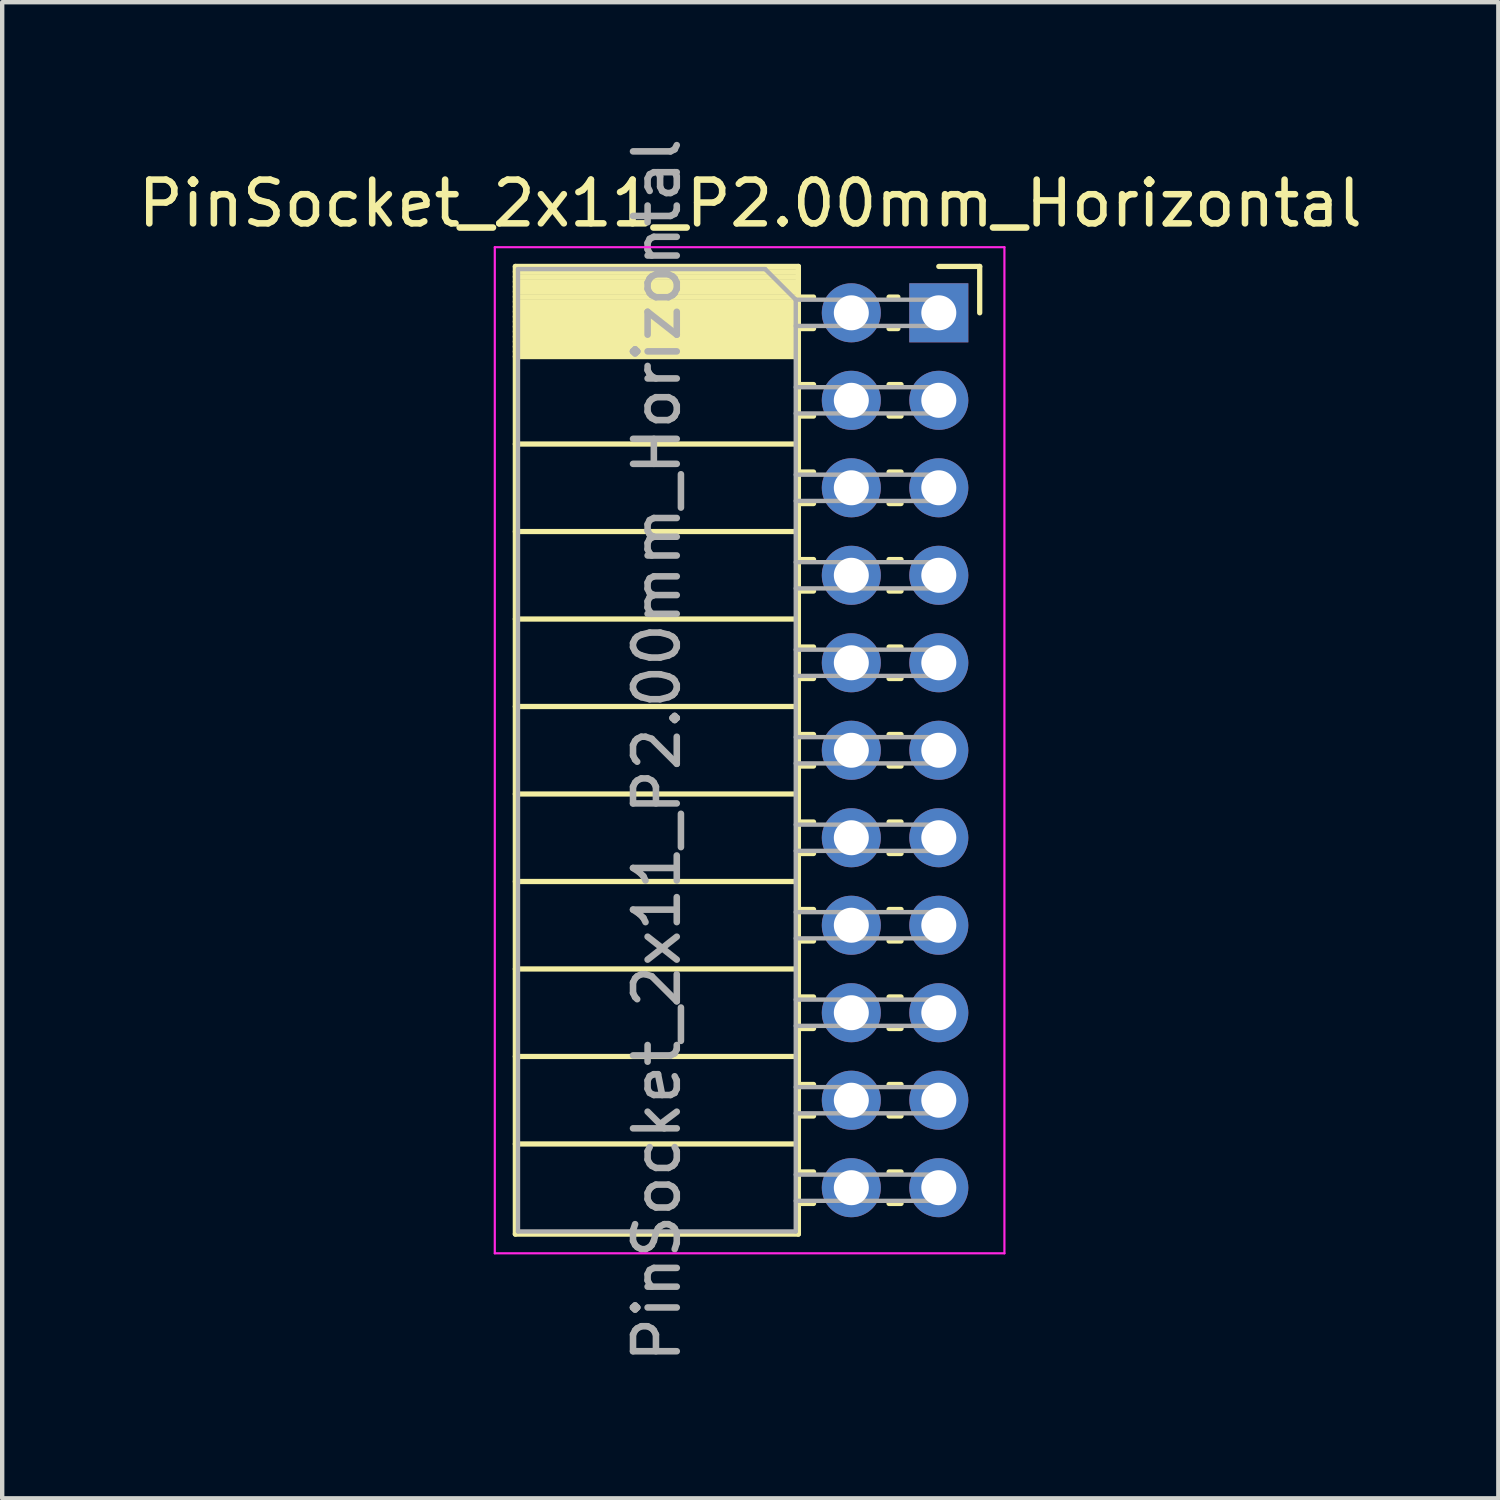
<source format=kicad_pcb>
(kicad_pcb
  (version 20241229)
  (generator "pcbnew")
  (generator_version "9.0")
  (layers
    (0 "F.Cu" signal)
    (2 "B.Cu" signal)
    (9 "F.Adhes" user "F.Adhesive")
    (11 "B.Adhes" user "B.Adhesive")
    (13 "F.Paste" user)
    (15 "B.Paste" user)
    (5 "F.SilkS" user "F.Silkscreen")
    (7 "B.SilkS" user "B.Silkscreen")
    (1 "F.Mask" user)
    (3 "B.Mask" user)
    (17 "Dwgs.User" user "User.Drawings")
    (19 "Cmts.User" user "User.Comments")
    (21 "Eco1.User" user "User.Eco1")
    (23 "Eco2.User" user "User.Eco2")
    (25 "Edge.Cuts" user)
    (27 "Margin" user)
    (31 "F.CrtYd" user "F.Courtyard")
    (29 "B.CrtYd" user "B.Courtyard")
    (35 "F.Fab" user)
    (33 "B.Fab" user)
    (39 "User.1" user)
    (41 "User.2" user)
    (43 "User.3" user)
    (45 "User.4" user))
  (footprint "PinSocket_2x11_P2.00mm_Horizontal"
    (layer "F.Cu")
    (at 18.411 4.101)
    (property "Reference" "PinSocket_2x11_P2.00mm_Horizontal" (at -4.31 -2.5 0) (layer "F.SilkS") (effects (font (size 1 1) (thickness 0.15))))
    (attr through_hole)
    (fp_line (start -9.68 -1.06) (end -9.68 21.06) (stroke (width 0.12) (type solid)) (layer "F.SilkS"))
    (fp_line (start -9.68 -1.06) (end -3.21 -1.06) (stroke (width 0.12) (type solid)) (layer "F.SilkS"))
    (fp_line (start -9.68 -0.94) (end -3.21 -0.94) (stroke (width 0.12) (type solid)) (layer "F.SilkS"))
    (fp_line (start -9.68 -0.826) (end -3.21 -0.826) (stroke (width 0.12) (type solid)) (layer "F.SilkS"))
    (fp_line (start -9.68 -0.712) (end -3.21 -0.712) (stroke (width 0.12) (type solid)) (layer "F.SilkS"))
    (fp_line (start -9.68 -0.598) (end -3.21 -0.598) (stroke (width 0.12) (type solid)) (layer "F.SilkS"))
    (fp_line (start -9.68 -0.484) (end -3.21 -0.484) (stroke (width 0.12) (type solid)) (layer "F.SilkS"))
    (fp_line (start -9.68 -0.369) (end -3.21 -0.369) (stroke (width 0.12) (type solid)) (layer "F.SilkS"))
    (fp_line (start -9.68 -0.255) (end -3.21 -0.255) (stroke (width 0.12) (type solid)) (layer "F.SilkS"))
    (fp_line (start -9.68 -0.141) (end -3.21 -0.141) (stroke (width 0.12) (type solid)) (layer "F.SilkS"))
    (fp_line (start -9.68 -0.027) (end -3.21 -0.027) (stroke (width 0.12) (type solid)) (layer "F.SilkS"))
    (fp_line (start -9.68 0.087) (end -3.21 0.087) (stroke (width 0.12) (type solid)) (layer "F.SilkS"))
    (fp_line (start -9.68 0.201) (end -3.21 0.201) (stroke (width 0.12) (type solid)) (layer "F.SilkS"))
    (fp_line (start -9.68 0.315) (end -3.21 0.315) (stroke (width 0.12) (type solid)) (layer "F.SilkS"))
    (fp_line (start -9.68 0.429) (end -3.21 0.429) (stroke (width 0.12) (type solid)) (layer "F.SilkS"))
    (fp_line (start -9.68 0.544) (end -3.21 0.544) (stroke (width 0.12) (type solid)) (layer "F.SilkS"))
    (fp_line (start -9.68 0.658) (end -3.21 0.658) (stroke (width 0.12) (type solid)) (layer "F.SilkS"))
    (fp_line (start -9.68 0.772) (end -3.21 0.772) (stroke (width 0.12) (type solid)) (layer "F.SilkS"))
    (fp_line (start -9.68 0.886) (end -3.21 0.886) (stroke (width 0.12) (type solid)) (layer "F.SilkS"))
    (fp_line (start -9.68 1) (end -3.21 1) (stroke (width 0.12) (type solid)) (layer "F.SilkS"))
    (fp_line (start -9.68 3) (end -3.21 3) (stroke (width 0.12) (type solid)) (layer "F.SilkS"))
    (fp_line (start -9.68 5) (end -3.21 5) (stroke (width 0.12) (type solid)) (layer "F.SilkS"))
    (fp_line (start -9.68 7) (end -3.21 7) (stroke (width 0.12) (type solid)) (layer "F.SilkS"))
    (fp_line (start -9.68 9) (end -3.21 9) (stroke (width 0.12) (type solid)) (layer "F.SilkS"))
    (fp_line (start -9.68 11) (end -3.21 11) (stroke (width 0.12) (type solid)) (layer "F.SilkS"))
    (fp_line (start -9.68 13) (end -3.21 13) (stroke (width 0.12) (type solid)) (layer "F.SilkS"))
    (fp_line (start -9.68 15) (end -3.21 15) (stroke (width 0.12) (type solid)) (layer "F.SilkS"))
    (fp_line (start -9.68 17) (end -3.21 17) (stroke (width 0.12) (type solid)) (layer "F.SilkS"))
    (fp_line (start -9.68 19) (end -3.21 19) (stroke (width 0.12) (type solid)) (layer "F.SilkS"))
    (fp_line (start -9.68 21.06) (end -3.21 21.06) (stroke (width 0.12) (type solid)) (layer "F.SilkS"))
    (fp_line (start -3.21 -1.06) (end -3.21 21.06) (stroke (width 0.12) (type solid)) (layer "F.SilkS"))
    (fp_line (start -3.21 -0.36) (end -2.863 -0.36) (stroke (width 0.12) (type solid)) (layer "F.SilkS"))
    (fp_line (start -3.21 0.36) (end -2.863 0.36) (stroke (width 0.12) (type solid)) (layer "F.SilkS"))
    (fp_line (start -3.21 1.64) (end -2.863 1.64) (stroke (width 0.12) (type solid)) (layer "F.SilkS"))
    (fp_line (start -3.21 2.36) (end -2.863 2.36) (stroke (width 0.12) (type solid)) (layer "F.SilkS"))
    (fp_line (start -3.21 3.64) (end -2.863 3.64) (stroke (width 0.12) (type solid)) (layer "F.SilkS"))
    (fp_line (start -3.21 4.36) (end -2.863 4.36) (stroke (width 0.12) (type solid)) (layer "F.SilkS"))
    (fp_line (start -3.21 5.64) (end -2.863 5.64) (stroke (width 0.12) (type solid)) (layer "F.SilkS"))
    (fp_line (start -3.21 6.36) (end -2.863 6.36) (stroke (width 0.12) (type solid)) (layer "F.SilkS"))
    (fp_line (start -3.21 7.64) (end -2.863 7.64) (stroke (width 0.12) (type solid)) (layer "F.SilkS"))
    (fp_line (start -3.21 8.36) (end -2.863 8.36) (stroke (width 0.12) (type solid)) (layer "F.SilkS"))
    (fp_line (start -3.21 9.64) (end -2.863 9.64) (stroke (width 0.12) (type solid)) (layer "F.SilkS"))
    (fp_line (start -3.21 10.36) (end -2.863 10.36) (stroke (width 0.12) (type solid)) (layer "F.SilkS"))
    (fp_line (start -3.21 11.64) (end -2.863 11.64) (stroke (width 0.12) (type solid)) (layer "F.SilkS"))
    (fp_line (start -3.21 12.36) (end -2.863 12.36) (stroke (width 0.12) (type solid)) (layer "F.SilkS"))
    (fp_line (start -3.21 13.64) (end -2.863 13.64) (stroke (width 0.12) (type solid)) (layer "F.SilkS"))
    (fp_line (start -3.21 14.36) (end -2.863 14.36) (stroke (width 0.12) (type solid)) (layer "F.SilkS"))
    (fp_line (start -3.21 15.64) (end -2.863 15.64) (stroke (width 0.12) (type solid)) (layer "F.SilkS"))
    (fp_line (start -3.21 16.36) (end -2.863 16.36) (stroke (width 0.12) (type solid)) (layer "F.SilkS"))
    (fp_line (start -3.21 17.64) (end -2.863 17.64) (stroke (width 0.12) (type solid)) (layer "F.SilkS"))
    (fp_line (start -3.21 18.36) (end -2.863 18.36) (stroke (width 0.12) (type solid)) (layer "F.SilkS"))
    (fp_line (start -3.21 19.64) (end -2.863 19.64) (stroke (width 0.12) (type solid)) (layer "F.SilkS"))
    (fp_line (start -3.21 20.36) (end -2.863 20.36) (stroke (width 0.12) (type solid)) (layer "F.SilkS"))
    (fp_line (start -1.137 -0.36) (end -0.935 -0.36) (stroke (width 0.12) (type solid)) (layer "F.SilkS"))
    (fp_line (start -1.137 0.36) (end -0.935 0.36) (stroke (width 0.12) (type solid)) (layer "F.SilkS"))
    (fp_line (start -1.137 1.64) (end -0.863 1.64) (stroke (width 0.12) (type solid)) (layer "F.SilkS"))
    (fp_line (start -1.137 2.36) (end -0.863 2.36) (stroke (width 0.12) (type solid)) (layer "F.SilkS"))
    (fp_line (start -1.137 3.64) (end -0.863 3.64) (stroke (width 0.12) (type solid)) (layer "F.SilkS"))
    (fp_line (start -1.137 4.36) (end -0.863 4.36) (stroke (width 0.12) (type solid)) (layer "F.SilkS"))
    (fp_line (start -1.137 5.64) (end -0.863 5.64) (stroke (width 0.12) (type solid)) (layer "F.SilkS"))
    (fp_line (start -1.137 6.36) (end -0.863 6.36) (stroke (width 0.12) (type solid)) (layer "F.SilkS"))
    (fp_line (start -1.137 7.64) (end -0.863 7.64) (stroke (width 0.12) (type solid)) (layer "F.SilkS"))
    (fp_line (start -1.137 8.36) (end -0.863 8.36) (stroke (width 0.12) (type solid)) (layer "F.SilkS"))
    (fp_line (start -1.137 9.64) (end -0.863 9.64) (stroke (width 0.12) (type solid)) (layer "F.SilkS"))
    (fp_line (start -1.137 10.36) (end -0.863 10.36) (stroke (width 0.12) (type solid)) (layer "F.SilkS"))
    (fp_line (start -1.137 11.64) (end -0.863 11.64) (stroke (width 0.12) (type solid)) (layer "F.SilkS"))
    (fp_line (start -1.137 12.36) (end -0.863 12.36) (stroke (width 0.12) (type solid)) (layer "F.SilkS"))
    (fp_line (start -1.137 13.64) (end -0.863 13.64) (stroke (width 0.12) (type solid)) (layer "F.SilkS"))
    (fp_line (start -1.137 14.36) (end -0.863 14.36) (stroke (width 0.12) (type solid)) (layer "F.SilkS"))
    (fp_line (start -1.137 15.64) (end -0.863 15.64) (stroke (width 0.12) (type solid)) (layer "F.SilkS"))
    (fp_line (start -1.137 16.36) (end -0.863 16.36) (stroke (width 0.12) (type solid)) (layer "F.SilkS"))
    (fp_line (start -1.137 17.64) (end -0.863 17.64) (stroke (width 0.12) (type solid)) (layer "F.SilkS"))
    (fp_line (start -1.137 18.36) (end -0.863 18.36) (stroke (width 0.12) (type solid)) (layer "F.SilkS"))
    (fp_line (start -1.137 19.64) (end -0.863 19.64) (stroke (width 0.12) (type solid)) (layer "F.SilkS"))
    (fp_line (start -1.137 20.36) (end -0.863 20.36) (stroke (width 0.12) (type solid)) (layer "F.SilkS"))
    (fp_line (start 0 -1.06) (end 0.935 -1.06) (stroke (width 0.12) (type solid)) (layer "F.SilkS"))
    (fp_line (start 0.935 -1.06) (end 0.935 0) (stroke (width 0.12) (type solid)) (layer "F.SilkS"))
    (fp_line (start -10.15 -1.5) (end -10.15 21.5) (stroke (width 0.05) (type solid)) (layer "F.CrtYd"))
    (fp_line (start -10.15 21.5) (end 1.5 21.5) (stroke (width 0.05) (type solid)) (layer "F.CrtYd"))
    (fp_line (start 1.5 -1.5) (end -10.15 -1.5) (stroke (width 0.05) (type solid)) (layer "F.CrtYd"))
    (fp_line (start 1.5 21.5) (end 1.5 -1.5) (stroke (width 0.05) (type solid)) (layer "F.CrtYd"))
    (fp_line (start -9.62 -1) (end -3.97 -1) (stroke (width 0.1) (type solid)) (layer "F.Fab"))
    (fp_line (start -9.62 21) (end -9.62 -1) (stroke (width 0.1) (type solid)) (layer "F.Fab"))
    (fp_line (start -3.97 -1) (end -3.27 -0.3) (stroke (width 0.1) (type solid)) (layer "F.Fab"))
    (fp_line (start -3.27 -0.3) (end -3.27 21) (stroke (width 0.1) (type solid)) (layer "F.Fab"))
    (fp_line (start -3.27 0.3) (end 0 0.3) (stroke (width 0.1) (type solid)) (layer "F.Fab"))
    (fp_line (start -3.27 2.3) (end 0 2.3) (stroke (width 0.1) (type solid)) (layer "F.Fab"))
    (fp_line (start -3.27 4.3) (end 0 4.3) (stroke (width 0.1) (type solid)) (layer "F.Fab"))
    (fp_line (start -3.27 6.3) (end 0 6.3) (stroke (width 0.1) (type solid)) (layer "F.Fab"))
    (fp_line (start -3.27 8.3) (end 0 8.3) (stroke (width 0.1) (type solid)) (layer "F.Fab"))
    (fp_line (start -3.27 10.3) (end 0 10.3) (stroke (width 0.1) (type solid)) (layer "F.Fab"))
    (fp_line (start -3.27 12.3) (end 0 12.3) (stroke (width 0.1) (type solid)) (layer "F.Fab"))
    (fp_line (start -3.27 14.3) (end 0 14.3) (stroke (width 0.1) (type solid)) (layer "F.Fab"))
    (fp_line (start -3.27 16.3) (end 0 16.3) (stroke (width 0.1) (type solid)) (layer "F.Fab"))
    (fp_line (start -3.27 18.3) (end 0 18.3) (stroke (width 0.1) (type solid)) (layer "F.Fab"))
    (fp_line (start -3.27 20.3) (end 0 20.3) (stroke (width 0.1) (type solid)) (layer "F.Fab"))
    (fp_line (start -3.27 21) (end -9.62 21) (stroke (width 0.1) (type solid)) (layer "F.Fab"))
    (fp_line (start 0 -0.3) (end -3.27 -0.3) (stroke (width 0.1) (type solid)) (layer "F.Fab"))
    (fp_line (start 0 0.3) (end 0 -0.3) (stroke (width 0.1) (type solid)) (layer "F.Fab"))
    (fp_line (start 0 1.7) (end -3.27 1.7) (stroke (width 0.1) (type solid)) (layer "F.Fab"))
    (fp_line (start 0 2.3) (end 0 1.7) (stroke (width 0.1) (type solid)) (layer "F.Fab"))
    (fp_line (start 0 3.7) (end -3.27 3.7) (stroke (width 0.1) (type solid)) (layer "F.Fab"))
    (fp_line (start 0 4.3) (end 0 3.7) (stroke (width 0.1) (type solid)) (layer "F.Fab"))
    (fp_line (start 0 5.7) (end -3.27 5.7) (stroke (width 0.1) (type solid)) (layer "F.Fab"))
    (fp_line (start 0 6.3) (end 0 5.7) (stroke (width 0.1) (type solid)) (layer "F.Fab"))
    (fp_line (start 0 7.7) (end -3.27 7.7) (stroke (width 0.1) (type solid)) (layer "F.Fab"))
    (fp_line (start 0 8.3) (end 0 7.7) (stroke (width 0.1) (type solid)) (layer "F.Fab"))
    (fp_line (start 0 9.7) (end -3.27 9.7) (stroke (width 0.1) (type solid)) (layer "F.Fab"))
    (fp_line (start 0 10.3) (end 0 9.7) (stroke (width 0.1) (type solid)) (layer "F.Fab"))
    (fp_line (start 0 11.7) (end -3.27 11.7) (stroke (width 0.1) (type solid)) (layer "F.Fab"))
    (fp_line (start 0 12.3) (end 0 11.7) (stroke (width 0.1) (type solid)) (layer "F.Fab"))
    (fp_line (start 0 13.7) (end -3.27 13.7) (stroke (width 0.1) (type solid)) (layer "F.Fab"))
    (fp_line (start 0 14.3) (end 0 13.7) (stroke (width 0.1) (type solid)) (layer "F.Fab"))
    (fp_line (start 0 15.7) (end -3.27 15.7) (stroke (width 0.1) (type solid)) (layer "F.Fab"))
    (fp_line (start 0 16.3) (end 0 15.7) (stroke (width 0.1) (type solid)) (layer "F.Fab"))
    (fp_line (start 0 17.7) (end -3.27 17.7) (stroke (width 0.1) (type solid)) (layer "F.Fab"))
    (fp_line (start 0 18.3) (end 0 17.7) (stroke (width 0.1) (type solid)) (layer "F.Fab"))
    (fp_line (start 0 19.7) (end -3.27 19.7) (stroke (width 0.1) (type solid)) (layer "F.Fab"))
    (fp_line (start 0 20.3) (end 0 19.7) (stroke (width 0.1) (type solid)) (layer "F.Fab"))
    (fp_text user "${REFERENCE}" (at -6.445 10 90) (layer "F.Fab") (effects (font (size 1 1) (thickness 0.15))))
    (pad "1" thru_hole rect (at 0 0) (size 1.35 1.35) (drill 0.8) (layers "*.Cu" "*.Mask"))
    (pad "2" thru_hole oval (at -2 0) (size 1.35 1.35) (drill 0.8) (layers "*.Cu" "*.Mask"))
    (pad "3" thru_hole oval (at 0 2) (size 1.35 1.35) (drill 0.8) (layers "*.Cu" "*.Mask"))
    (pad "4" thru_hole oval (at -2 2) (size 1.35 1.35) (drill 0.8) (layers "*.Cu" "*.Mask"))
    (pad "5" thru_hole oval (at 0 4) (size 1.35 1.35) (drill 0.8) (layers "*.Cu" "*.Mask"))
    (pad "6" thru_hole oval (at -2 4) (size 1.35 1.35) (drill 0.8) (layers "*.Cu" "*.Mask"))
    (pad "7" thru_hole oval (at 0 6) (size 1.35 1.35) (drill 0.8) (layers "*.Cu" "*.Mask"))
    (pad "8" thru_hole oval (at -2 6) (size 1.35 1.35) (drill 0.8) (layers "*.Cu" "*.Mask"))
    (pad "9" thru_hole oval (at 0 8) (size 1.35 1.35) (drill 0.8) (layers "*.Cu" "*.Mask"))
    (pad "10" thru_hole oval (at -2 8) (size 1.35 1.35) (drill 0.8) (layers "*.Cu" "*.Mask"))
    (pad "11" thru_hole oval (at 0 10) (size 1.35 1.35) (drill 0.8) (layers "*.Cu" "*.Mask"))
    (pad "12" thru_hole oval (at -2 10) (size 1.35 1.35) (drill 0.8) (layers "*.Cu" "*.Mask"))
    (pad "13" thru_hole oval (at 0 12) (size 1.35 1.35) (drill 0.8) (layers "*.Cu" "*.Mask"))
    (pad "14" thru_hole oval (at -2 12) (size 1.35 1.35) (drill 0.8) (layers "*.Cu" "*.Mask"))
    (pad "15" thru_hole oval (at 0 14) (size 1.35 1.35) (drill 0.8) (layers "*.Cu" "*.Mask"))
    (pad "16" thru_hole oval (at -2 14) (size 1.35 1.35) (drill 0.8) (layers "*.Cu" "*.Mask"))
    (pad "17" thru_hole oval (at 0 16) (size 1.35 1.35) (drill 0.8) (layers "*.Cu" "*.Mask"))
    (pad "18" thru_hole oval (at -2 16) (size 1.35 1.35) (drill 0.8) (layers "*.Cu" "*.Mask"))
    (pad "19" thru_hole oval (at 0 18) (size 1.35 1.35) (drill 0.8) (layers "*.Cu" "*.Mask"))
    (pad "20" thru_hole oval (at -2 18) (size 1.35 1.35) (drill 0.8) (layers "*.Cu" "*.Mask"))
    (pad "21" thru_hole oval (at 0 20) (size 1.35 1.35) (drill 0.8) (layers "*.Cu" "*.Mask"))
    (pad "22" thru_hole oval (at -2 20) (size 1.35 1.35) (drill 0.8) (layers "*.Cu" "*.Mask")))
  (gr_rect
    (start -3 -3)
    (end 31.202 31.202)
    (stroke (width 0.1) (type default))
    (fill no)
    (layer "Edge.Cuts")))
</source>
